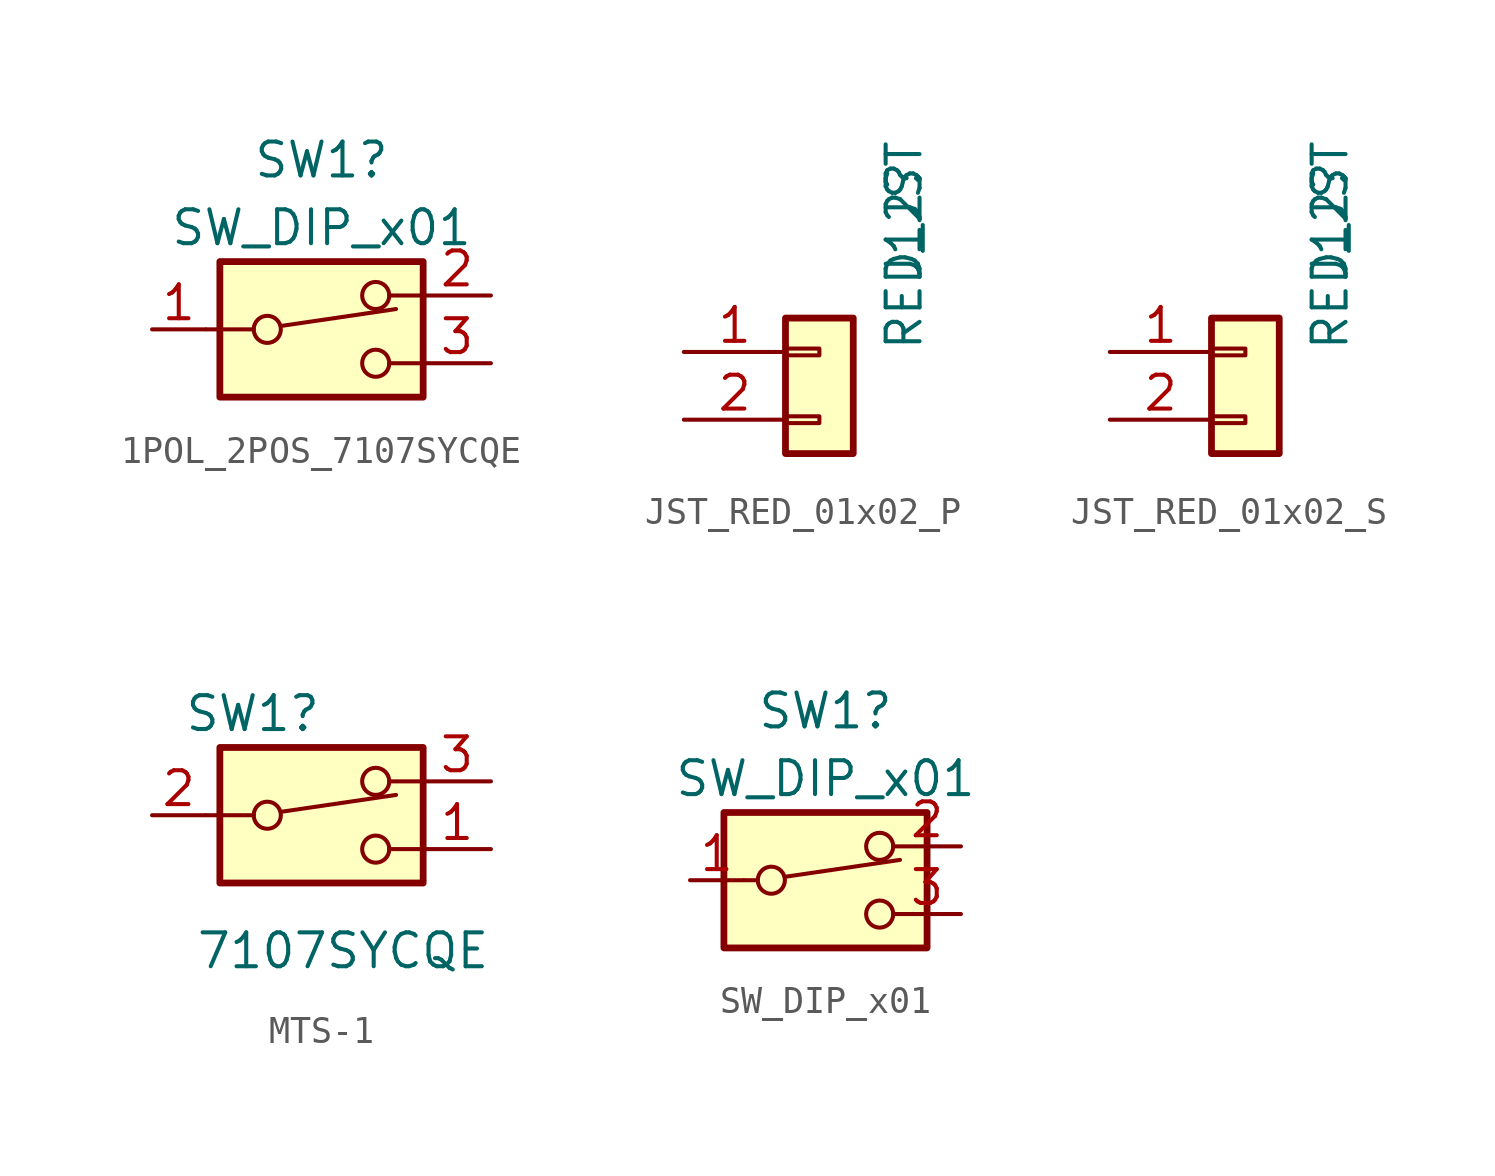
<source format=kicad_sym>
(kicad_symbol_lib
  (version 20220914)
  (generator kicad_symbol_editor)
  (symbol "1POL_2POS_7107SYCQE"
    (pin_names
      (offset 0) hide)
    (property "Reference" "SW1"
      (at 0 6.35 0)
      (effects (font (size 1.27 1.27))))
    (property "Value" "SW_DIP_x01"
      (at 0 3.81 0)
      (effects (font (size 1.27 1.27))))
    (symbol "1POL_2POS_7107SYCQE_0_0"
      (circle (center -2.032 0) (radius 0.508) (stroke (width 0) (type default)) (fill (type none)))
      (polyline (pts (xy -1.524 0.127) (xy 2.794 0.762)) (stroke (width 0) (type default)) (fill (type none)))
      (circle (center 2.032 -1.27) (radius 0.508) (stroke (width 0) (type default)) (fill (type none)))
      (circle (center 2.032 1.27) (radius 0.508) (stroke (width 0) (type default)) (fill (type none))))
    (symbol "1POL_2POS_7107SYCQE_0_1"
      (rectangle (start -3.81 2.54) (end 3.81 -2.54) (stroke (width 0.254) (type default)) (fill (type background)))
      (polyline (pts (xy -4.318 0) (xy -2.54 0)) (stroke (width 0) (type default)) (fill (type none)))
      (polyline (pts (xy 3.81 -1.27) (xy 2.54 -1.27)) (stroke (width 0) (type default)) (fill (type none)))
      (polyline (pts (xy 3.81 1.27) (xy 2.54 1.27)) (stroke (width 0) (type default)) (fill (type none))))
    (symbol "1POL_2POS_7107SYCQE_1_1"
      (pin passive line (at -6.35 0 0) (length 2) (name "~" (effects (font (size 1.27 1.27)))) (number "1" (effects (font (size 1.27 1.27)))))
      (pin passive line (at 6.35 1.27 180) (length 2.54) (name "~" (effects (font (size 1.27 1.27)))) (number "2" (effects (font (size 1.27 1.27)))))
      (pin passive line (at 6.35 -1.27 180) (length 2.54) (name "~" (effects (font (size 1.27 1.27)))) (number "3" (effects (font (size 1.27 1.27)))))))
  (symbol "JST_RED_01x02_P"
    (pin_names
      (offset 1.016) hide)
    (property "Reference" "J12"
      (at 3.175 2.54 90)
      (effects (font (size 1.27 1.27)) (justify left)))
    (property "Value" "RED_JST"
      (at 3.175 0 90)
      (effects (font (size 1.27 1.27)) (justify left)))
    (symbol "JST_RED_01x02_P_1_1"
      (rectangle (start -1.27 -2.413) (end 0 -2.667) (stroke (width 0.152) (type default)) (fill (type none)))
      (rectangle (start -1.27 0.127) (end 0 -0.127) (stroke (width 0.152) (type default)) (fill (type none)))
      (rectangle (start -1.27 1.27) (end 1.27 -3.81) (stroke (width 0.254) (type default)) (fill (type background)))
      (pin passive line (at -5.08 0 0) (length 3.81) (name "Pin_1" (effects (font (size 1.27 1.27)))) (number "1" (effects (font (size 1.27 1.27)))))
      (pin passive line (at -5.08 -2.54 0) (length 3.81) (name "Pin_2" (effects (font (size 1.27 1.27)))) (number "2" (effects (font (size 1.27 1.27)))))))
  (symbol "JST_RED_01x02_S"
    (pin_names
      (offset 1.016) hide)
    (property "Reference" "J12"
      (at 3.175 2.54 90)
      (effects (font (size 1.27 1.27)) (justify left)))
    (property "Value" "RED_JST"
      (at 3.175 0 90)
      (effects (font (size 1.27 1.27)) (justify left)))
    (symbol "JST_RED_01x02_S_1_1"
      (rectangle (start -1.27 -2.413) (end 0 -2.667) (stroke (width 0.152) (type default)) (fill (type none)))
      (rectangle (start -1.27 0.127) (end 0 -0.127) (stroke (width 0.152) (type default)) (fill (type none)))
      (rectangle (start -1.27 1.27) (end 1.27 -3.81) (stroke (width 0.254) (type default)) (fill (type background)))
      (pin passive line (at -5.08 0 0) (length 3.81) (name "Pin_1" (effects (font (size 1.27 1.27)))) (number "1" (effects (font (size 1.27 1.27)))))
      (pin passive line (at -5.08 -2.54 0) (length 3.81) (name "Pin_2" (effects (font (size 1.27 1.27)))) (number "2" (effects (font (size 1.27 1.27)))))))
  (symbol "MTS-1"
    (pin_names
      (offset 0) hide)
    (property "Reference" "SW1"
      (at 0 3.81 0)
      (effects (font (size 1.27 1.27)) (justify right)))
    (property "Value" "7107SYCQE"
      (at 6.35 -5.08 0)
      (effects (font (size 1.27 1.27)) (justify right)))
    (symbol "MTS-1_0_0"
      (circle (center -2.032 0) (radius 0.508) (stroke (width 0) (type default)) (fill (type none)))
      (polyline (pts (xy -1.524 0.127) (xy 2.794 0.762)) (stroke (width 0) (type default)) (fill (type none)))
      (circle (center 2.032 -1.27) (radius 0.508) (stroke (width 0) (type default)) (fill (type none)))
      (circle (center 2.032 1.27) (radius 0.508) (stroke (width 0) (type default)) (fill (type none))))
    (symbol "MTS-1_0_1"
      (rectangle (start -3.81 2.54) (end 3.81 -2.54) (stroke (width 0.254) (type default)) (fill (type background)))
      (polyline (pts (xy -4.318 0) (xy -2.54 0)) (stroke (width 0) (type default)) (fill (type none)))
      (polyline (pts (xy 3.81 -1.27) (xy 2.54 -1.27)) (stroke (width 0) (type default)) (fill (type none)))
      (polyline (pts (xy 3.81 1.27) (xy 2.54 1.27)) (stroke (width 0) (type default)) (fill (type none))))
    (symbol "MTS-1_1_1"
      (pin passive line (at 6.35 -1.27 180) (length 2.54) (name "~" (effects (font (size 1.27 1.27)))) (number "1" (effects (font (size 1.27 1.27)))))
      (pin passive line (at -6.35 0 0) (length 2) (name "~" (effects (font (size 1.27 1.27)))) (number "2" (effects (font (size 1.27 1.27)))))
      (pin passive line (at 6.35 1.27 180) (length 2.54) (name "~" (effects (font (size 1.27 1.27)))) (number "3" (effects (font (size 1.27 1.27)))))))
  (symbol "SW_DIP_x01"
    (pin_names
      (offset 0) hide)
    (property "Reference" "SW1"
      (at 0 6.35 0)
      (effects (font (size 1.27 1.27))))
    (property "Value" "SW_DIP_x01"
      (at 0 3.81 0)
      (effects (font (size 1.27 1.27))))
    (symbol "SW_DIP_x01_0_0"
      (circle (center -2.032 0) (radius 0.508) (stroke (width 0) (type default)) (fill (type none)))
      (polyline (pts (xy -1.524 0.127) (xy 2.794 0.762)) (stroke (width 0) (type default)) (fill (type none)))
      (circle (center 2.032 -1.27) (radius 0.508) (stroke (width 0) (type default)) (fill (type none)))
      (circle (center 2.032 1.27) (radius 0.508) (stroke (width 0) (type default)) (fill (type none))))
    (symbol "SW_DIP_x01_0_1"
      (rectangle (start -3.81 2.54) (end 3.81 -2.54) (stroke (width 0.254) (type default)) (fill (type background)))
      (polyline (pts (xy -3.048 0) (xy -2.54 0)) (stroke (width 0) (type default)) (fill (type none))))
    (symbol "SW_DIP_x01_1_1"
      (pin passive line (at -5.08 0 0) (length 2) (name "~" (effects (font (size 1.27 1.27)))) (number "1" (effects (font (size 1.27 1.27)))))
      (pin passive line (at 5.08 1.27 180) (length 2.54) (name "~" (effects (font (size 1.27 1.27)))) (number "2" (effects (font (size 1.27 1.27)))))
      (pin passive line (at 5.08 -1.27 180) (length 2.54) (name "~" (effects (font (size 1.27 1.27)))) (number "3" (effects (font (size 1.27 1.27))))))))
</source>
